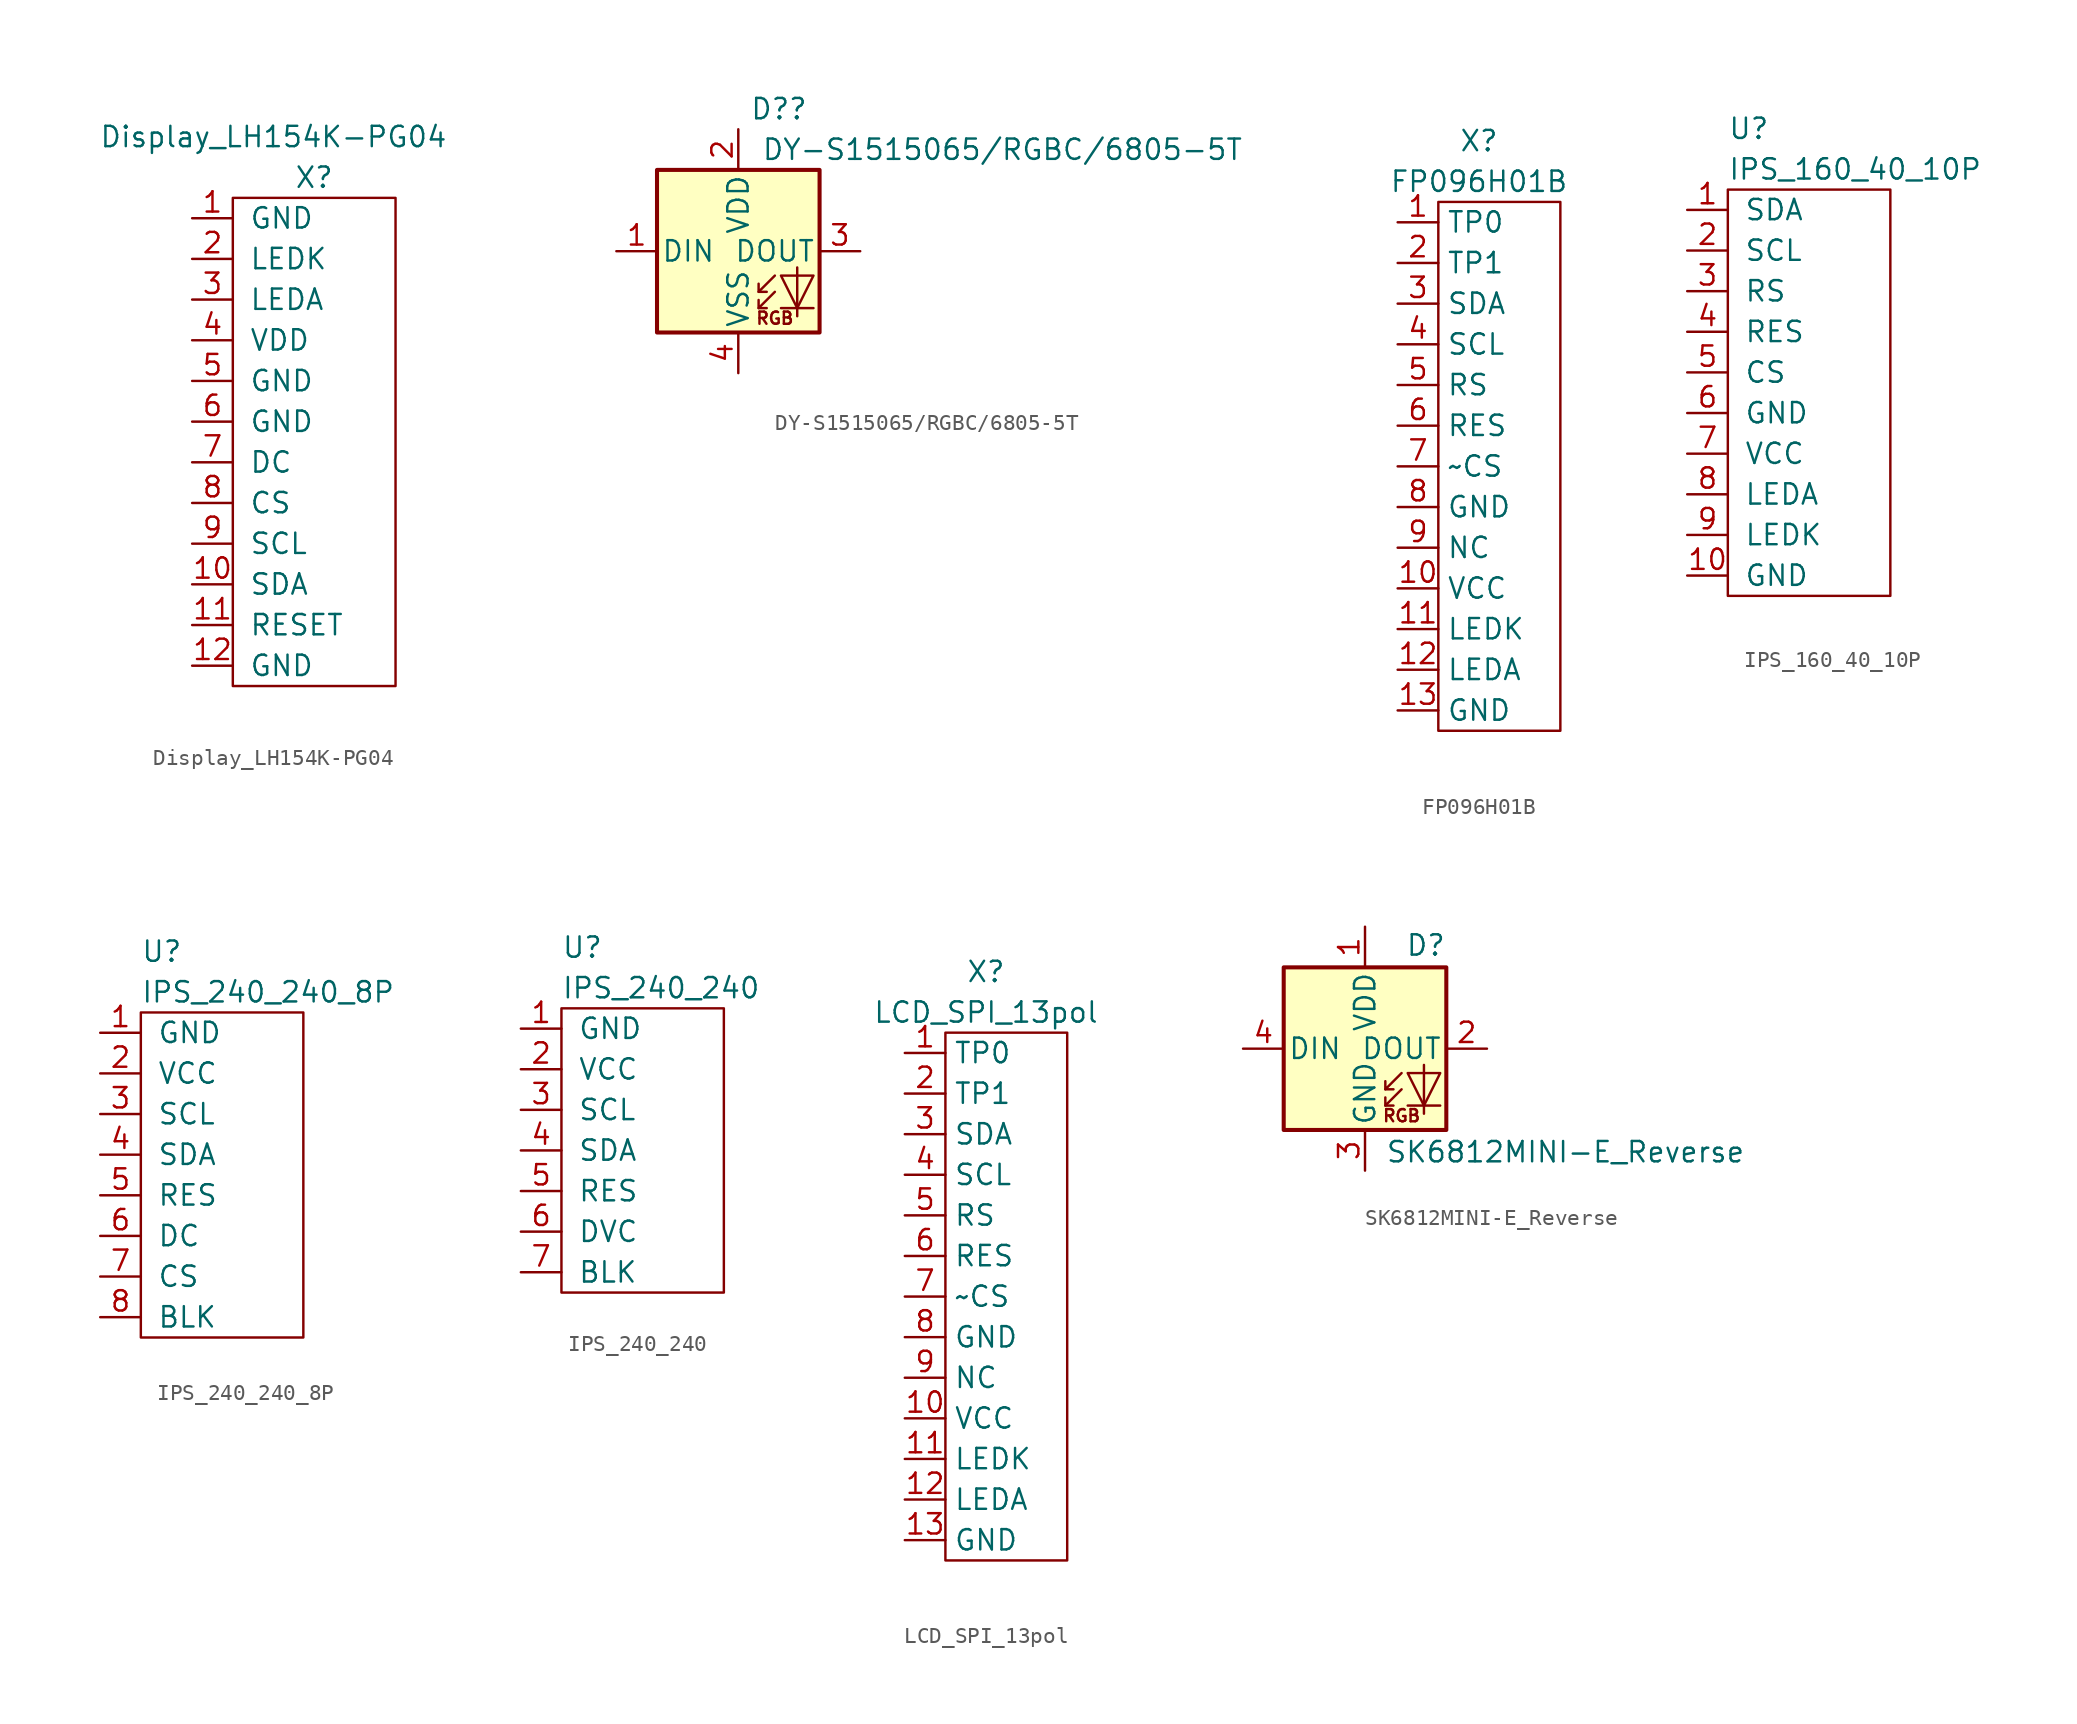
<source format=kicad_sym>
(kicad_symbol_lib
  (version 20231120)
  (generator "kicad_symbol_editor")
  (generator_version "8.0")
  (symbol "Display_LH154K-PG04"
    (pin_names
      (offset 1.016))
    (property "Reference" "X"
      (at 0 16.51 0)
      (effects (font (size 1.27 1.27))))
    (property "Value" "Display_LH154K-PG04"
      (at -2.54 19.05 0)
      (effects (font (size 1.27 1.27))))
    (symbol "Display_LH154K-PG04_0_1"
      (rectangle (start -5.08 15.24) (end 5.08 -15.24) (stroke (width 0) (type default)) (fill (type none))))
    (symbol "Display_LH154K-PG04_1_1"
      (pin power_in line (at -7.62 13.97 0) (length 2.54) (name "GND" (effects (font (size 1.27 1.27)))) (number "1" (effects (font (size 1.27 1.27)))))
      (pin input line (at -7.62 -8.89 0) (length 2.54) (name "SDA" (effects (font (size 1.27 1.27)))) (number "10" (effects (font (size 1.27 1.27)))))
      (pin input line (at -7.62 -11.43 0) (length 2.54) (name "RESET" (effects (font (size 1.27 1.27)))) (number "11" (effects (font (size 1.27 1.27)))))
      (pin power_in line (at -7.62 -13.97 0) (length 2.54) (name "GND" (effects (font (size 1.27 1.27)))) (number "12" (effects (font (size 1.27 1.27)))))
      (pin input line (at -7.62 11.43 0) (length 2.54) (name "LEDK" (effects (font (size 1.27 1.27)))) (number "2" (effects (font (size 1.27 1.27)))))
      (pin input line (at -7.62 8.89 0) (length 2.54) (name "LEDA" (effects (font (size 1.27 1.27)))) (number "3" (effects (font (size 1.27 1.27)))))
      (pin power_in line (at -7.62 6.35 0) (length 2.54) (name "VDD" (effects (font (size 1.27 1.27)))) (number "4" (effects (font (size 1.27 1.27)))))
      (pin power_in line (at -7.62 3.81 0) (length 2.54) (name "GND" (effects (font (size 1.27 1.27)))) (number "5" (effects (font (size 1.27 1.27)))))
      (pin power_in line (at -7.62 1.27 0) (length 2.54) (name "GND" (effects (font (size 1.27 1.27)))) (number "6" (effects (font (size 1.27 1.27)))))
      (pin input line (at -7.62 -1.27 0) (length 2.54) (name "DC" (effects (font (size 1.27 1.27)))) (number "7" (effects (font (size 1.27 1.27)))))
      (pin input line (at -7.62 -3.81 0) (length 2.54) (name "CS" (effects (font (size 1.27 1.27)))) (number "8" (effects (font (size 1.27 1.27)))))
      (pin input line (at -7.62 -6.35 0) (length 2.54) (name "SCL" (effects (font (size 1.27 1.27)))) (number "9" (effects (font (size 1.27 1.27)))))))
  (symbol "DY-S1515065/RGBC/6805-5T"
    (pin_names
      (offset 0.254))
    (property "Reference" "D?"
      (at 2.54 8.89 0)
      (effects (font (size 1.27 1.27))))
    (property "Value" "DY-S1515065{slash}RGBC{slash}6805-5T"
      (at 16.51 6.35 0)
      (effects (font (size 1.27 1.27))))
    (symbol "DY-S1515065/RGBC/6805-5T_0_0"
      (text "RGB" (at 2.286 -4.191 0) (effects (font (size 0.762 0.762)))))
    (symbol "DY-S1515065/RGBC/6805-5T_0_1"
      (polyline (pts (xy 1.27 -3.556) (xy 1.778 -3.556)) (stroke (width 0) (type default)) (fill (type none)))
      (polyline (pts (xy 1.27 -2.54) (xy 1.778 -2.54)) (stroke (width 0) (type default)) (fill (type none)))
      (polyline (pts (xy 4.699 -3.556) (xy 2.667 -3.556)) (stroke (width 0) (type default)) (fill (type none)))
      (polyline (pts (xy 2.286 -2.54) (xy 1.27 -3.556) (xy 1.27 -3.048)) (stroke (width 0) (type default)) (fill (type none)))
      (polyline (pts (xy 2.286 -1.524) (xy 1.27 -2.54) (xy 1.27 -2.032)) (stroke (width 0) (type default)) (fill (type none)))
      (polyline (pts (xy 3.683 -1.016) (xy 3.683 -3.556) (xy 3.683 -4.064)) (stroke (width 0) (type default)) (fill (type none)))
      (polyline (pts (xy 4.699 -1.524) (xy 2.667 -1.524) (xy 3.683 -3.556) (xy 4.699 -1.524)) (stroke (width 0) (type default)) (fill (type none)))
      (rectangle (start 5.08 5.08) (end -5.08 -5.08) (stroke (width 0.254) (type default)) (fill (type background))))
    (symbol "DY-S1515065/RGBC/6805-5T_1_1"
      (pin input line (at -7.62 0 0) (length 2.54) (name "DIN" (effects (font (size 1.27 1.27)))) (number "1" (effects (font (size 1.27 1.27)))))
      (pin power_in line (at 0 7.62 270) (length 2.54) (name "VDD" (effects (font (size 1.27 1.27)))) (number "2" (effects (font (size 1.27 1.27)))))
      (pin output line (at 7.62 0 180) (length 2.54) (name "DOUT" (effects (font (size 1.27 1.27)))) (number "3" (effects (font (size 1.27 1.27)))))
      (pin power_in line (at 0 -7.62 90) (length 2.54) (name "VSS" (effects (font (size 1.27 1.27)))) (number "4" (effects (font (size 1.27 1.27)))))))
  (symbol "FP096H01B"
    (property "Reference" "X"
      (at -1.27 20.32 0)
      (effects (font (size 1.27 1.27))))
    (property "Value" "FP096H01B"
      (at -1.27 17.78 0)
      (effects (font (size 1.27 1.27))))
    (symbol "FP096H01B_0_1"
      (rectangle (start -3.81 16.51) (end 3.81 -16.51) (stroke (width 0) (type default)) (fill (type none))))
    (symbol "FP096H01B_1_1"
      (pin input line (at -6.35 15.24 0) (length 2.54) (name "TP0" (effects (font (size 1.27 1.27)))) (number "1" (effects (font (size 1.27 1.27)))))
      (pin power_in line (at -6.35 -7.62 0) (length 2.54) (name "VCC" (effects (font (size 1.27 1.27)))) (number "10" (effects (font (size 1.27 1.27)))))
      (pin power_in line (at -6.35 -10.16 0) (length 2.54) (name "LEDK" (effects (font (size 1.27 1.27)))) (number "11" (effects (font (size 1.27 1.27)))))
      (pin power_in line (at -6.35 -12.7 0) (length 2.54) (name "LEDA" (effects (font (size 1.27 1.27)))) (number "12" (effects (font (size 1.27 1.27)))))
      (pin power_in line (at -6.35 -15.24 0) (length 2.54) (name "GND" (effects (font (size 1.27 1.27)))) (number "13" (effects (font (size 1.27 1.27)))))
      (pin input line (at -6.35 12.7 0) (length 2.54) (name "TP1" (effects (font (size 1.27 1.27)))) (number "2" (effects (font (size 1.27 1.27)))))
      (pin input line (at -6.35 10.16 0) (length 2.54) (name "SDA" (effects (font (size 1.27 1.27)))) (number "3" (effects (font (size 1.27 1.27)))))
      (pin input line (at -6.35 7.62 0) (length 2.54) (name "SCL" (effects (font (size 1.27 1.27)))) (number "4" (effects (font (size 1.27 1.27)))))
      (pin input line (at -6.35 5.08 0) (length 2.54) (name "RS" (effects (font (size 1.27 1.27)))) (number "5" (effects (font (size 1.27 1.27)))))
      (pin input line (at -6.35 2.54 0) (length 2.54) (name "RES" (effects (font (size 1.27 1.27)))) (number "6" (effects (font (size 1.27 1.27)))))
      (pin input line (at -6.35 0 0) (length 2.54) (name "~CS" (effects (font (size 1.27 1.27)))) (number "7" (effects (font (size 1.27 1.27)))))
      (pin power_in line (at -6.35 -2.54 0) (length 2.54) (name "GND" (effects (font (size 1.27 1.27)))) (number "8" (effects (font (size 1.27 1.27)))))
      (pin free line (at -6.35 -5.08 0) (length 2.54) (name "NC" (effects (font (size 1.27 1.27)))) (number "9" (effects (font (size 1.27 1.27)))))))
  (symbol "IPS_160_40_10P"
    (pin_names
      (offset 1.016))
    (property "Reference" "U"
      (at -5.08 16.51 0)
      (effects (font (size 1.27 1.27)) (justify left)))
    (property "Value" "IPS_160_40_10P"
      (at -5.08 13.97 0)
      (effects (font (size 1.27 1.27)) (justify left)))
    (symbol "IPS_160_40_10P_0_1"
      (rectangle (start -5.08 12.7) (end 5.08 -12.7) (stroke (width 0) (type default)) (fill (type none))))
    (symbol "IPS_160_40_10P_1_1"
      (pin input line (at -7.62 11.43 0) (length 2.54) (name "SDA" (effects (font (size 1.27 1.27)))) (number "1" (effects (font (size 1.27 1.27)))))
      (pin power_in line (at -7.62 -11.43 0) (length 2.54) (name "GND" (effects (font (size 1.27 1.27)))) (number "10" (effects (font (size 1.27 1.27)))))
      (pin input line (at -7.62 8.89 0) (length 2.54) (name "SCL" (effects (font (size 1.27 1.27)))) (number "2" (effects (font (size 1.27 1.27)))))
      (pin input line (at -7.62 6.35 0) (length 2.54) (name "RS" (effects (font (size 1.27 1.27)))) (number "3" (effects (font (size 1.27 1.27)))))
      (pin input line (at -7.62 3.81 0) (length 2.54) (name "RES" (effects (font (size 1.27 1.27)))) (number "4" (effects (font (size 1.27 1.27)))))
      (pin input line (at -7.62 1.27 0) (length 2.54) (name "CS" (effects (font (size 1.27 1.27)))) (number "5" (effects (font (size 1.27 1.27)))))
      (pin power_in line (at -7.62 -1.27 0) (length 2.54) (name "GND" (effects (font (size 1.27 1.27)))) (number "6" (effects (font (size 1.27 1.27)))))
      (pin power_in line (at -7.62 -3.81 0) (length 2.54) (name "VCC" (effects (font (size 1.27 1.27)))) (number "7" (effects (font (size 1.27 1.27)))))
      (pin passive line (at -7.62 -6.35 0) (length 2.54) (name "LEDA" (effects (font (size 1.27 1.27)))) (number "8" (effects (font (size 1.27 1.27)))))
      (pin passive line (at -7.62 -8.89 0) (length 2.54) (name "LEDK" (effects (font (size 1.27 1.27)))) (number "9" (effects (font (size 1.27 1.27)))))))
  (symbol "IPS_240_240_8P"
    (pin_names
      (offset 1.016))
    (property "Reference" "U"
      (at -5.08 7.62 0)
      (effects (font (size 1.27 1.27)) (justify left)))
    (property "Value" "IPS_240_240_8P"
      (at -5.08 5.08 0)
      (effects (font (size 1.27 1.27)) (justify left)))
    (symbol "IPS_240_240_8P_0_1"
      (rectangle (start -5.08 3.81) (end 5.08 -16.51) (stroke (width 0) (type default)) (fill (type none))))
    (symbol "IPS_240_240_8P_1_1"
      (pin power_in line (at -7.62 2.54 0) (length 2.54) (name "GND" (effects (font (size 1.27 1.27)))) (number "1" (effects (font (size 1.27 1.27)))))
      (pin power_in line (at -7.62 0 0) (length 2.54) (name "VCC" (effects (font (size 1.27 1.27)))) (number "2" (effects (font (size 1.27 1.27)))))
      (pin input line (at -7.62 -2.54 0) (length 2.54) (name "SCL" (effects (font (size 1.27 1.27)))) (number "3" (effects (font (size 1.27 1.27)))))
      (pin input line (at -7.62 -5.08 0) (length 2.54) (name "SDA" (effects (font (size 1.27 1.27)))) (number "4" (effects (font (size 1.27 1.27)))))
      (pin input line (at -7.62 -7.62 0) (length 2.54) (name "RES" (effects (font (size 1.27 1.27)))) (number "5" (effects (font (size 1.27 1.27)))))
      (pin input line (at -7.62 -10.16 0) (length 2.54) (name "DC" (effects (font (size 1.27 1.27)))) (number "6" (effects (font (size 1.27 1.27)))))
      (pin input line (at -7.62 -12.7 0) (length 2.54) (name "CS" (effects (font (size 1.27 1.27)))) (number "7" (effects (font (size 1.27 1.27)))))
      (pin input line (at -7.62 -15.24 0) (length 2.54) (name "BLK" (effects (font (size 1.27 1.27)))) (number "8" (effects (font (size 1.27 1.27)))))))
  (symbol "IPS_240_240"
    (pin_names
      (offset 1.016))
    (property "Reference" "U"
      (at -5.08 7.62 0)
      (effects (font (size 1.27 1.27)) (justify left)))
    (property "Value" "IPS_240_240"
      (at -5.08 5.08 0)
      (effects (font (size 1.27 1.27)) (justify left)))
    (symbol "IPS_240_240_0_1"
      (rectangle (start -5.08 3.81) (end 5.08 -13.97) (stroke (width 0) (type default)) (fill (type none))))
    (symbol "IPS_240_240_1_1"
      (pin power_in line (at -7.62 2.54 0) (length 2.54) (name "GND" (effects (font (size 1.27 1.27)))) (number "1" (effects (font (size 1.27 1.27)))))
      (pin power_in line (at -7.62 0 0) (length 2.54) (name "VCC" (effects (font (size 1.27 1.27)))) (number "2" (effects (font (size 1.27 1.27)))))
      (pin input line (at -7.62 -2.54 0) (length 2.54) (name "SCL" (effects (font (size 1.27 1.27)))) (number "3" (effects (font (size 1.27 1.27)))))
      (pin input line (at -7.62 -5.08 0) (length 2.54) (name "SDA" (effects (font (size 1.27 1.27)))) (number "4" (effects (font (size 1.27 1.27)))))
      (pin input line (at -7.62 -7.62 0) (length 2.54) (name "RES" (effects (font (size 1.27 1.27)))) (number "5" (effects (font (size 1.27 1.27)))))
      (pin input line (at -7.62 -10.16 0) (length 2.54) (name "DVC" (effects (font (size 1.27 1.27)))) (number "6" (effects (font (size 1.27 1.27)))))
      (pin input line (at -7.62 -12.7 0) (length 2.54) (name "BLK" (effects (font (size 1.27 1.27)))) (number "7" (effects (font (size 1.27 1.27)))))))
  (symbol "LCD_SPI_13pol"
    (property "Reference" "X"
      (at -1.27 20.32 0)
      (effects (font (size 1.27 1.27))))
    (property "Value" "LCD_SPI_13pol"
      (at -1.27 17.78 0)
      (effects (font (size 1.27 1.27))))
    (symbol "LCD_SPI_13pol_0_1"
      (rectangle (start -3.81 16.51) (end 3.81 -16.51) (stroke (width 0) (type default)) (fill (type none))))
    (symbol "LCD_SPI_13pol_1_1"
      (pin input line (at -6.35 15.24 0) (length 2.54) (name "TP0" (effects (font (size 1.27 1.27)))) (number "1" (effects (font (size 1.27 1.27)))))
      (pin power_in line (at -6.35 -7.62 0) (length 2.54) (name "VCC" (effects (font (size 1.27 1.27)))) (number "10" (effects (font (size 1.27 1.27)))))
      (pin power_in line (at -6.35 -10.16 0) (length 2.54) (name "LEDK" (effects (font (size 1.27 1.27)))) (number "11" (effects (font (size 1.27 1.27)))))
      (pin power_in line (at -6.35 -12.7 0) (length 2.54) (name "LEDA" (effects (font (size 1.27 1.27)))) (number "12" (effects (font (size 1.27 1.27)))))
      (pin power_in line (at -6.35 -15.24 0) (length 2.54) (name "GND" (effects (font (size 1.27 1.27)))) (number "13" (effects (font (size 1.27 1.27)))))
      (pin input line (at -6.35 12.7 0) (length 2.54) (name "TP1" (effects (font (size 1.27 1.27)))) (number "2" (effects (font (size 1.27 1.27)))))
      (pin input line (at -6.35 10.16 0) (length 2.54) (name "SDA" (effects (font (size 1.27 1.27)))) (number "3" (effects (font (size 1.27 1.27)))))
      (pin input line (at -6.35 7.62 0) (length 2.54) (name "SCL" (effects (font (size 1.27 1.27)))) (number "4" (effects (font (size 1.27 1.27)))))
      (pin input line (at -6.35 5.08 0) (length 2.54) (name "RS" (effects (font (size 1.27 1.27)))) (number "5" (effects (font (size 1.27 1.27)))))
      (pin input line (at -6.35 2.54 0) (length 2.54) (name "RES" (effects (font (size 1.27 1.27)))) (number "6" (effects (font (size 1.27 1.27)))))
      (pin input line (at -6.35 0 0) (length 2.54) (name "~CS" (effects (font (size 1.27 1.27)))) (number "7" (effects (font (size 1.27 1.27)))))
      (pin power_in line (at -6.35 -2.54 0) (length 2.54) (name "GND" (effects (font (size 1.27 1.27)))) (number "8" (effects (font (size 1.27 1.27)))))
      (pin free line (at -6.35 -5.08 0) (length 2.54) (name "NC" (effects (font (size 1.27 1.27)))) (number "9" (effects (font (size 1.27 1.27)))))))
  (symbol "SK6812MINI-E_Reverse"
    (pin_names
      (offset 0.254))
    (property "Reference" "D"
      (at 5.08 5.715 0)
      (effects (font (size 1.27 1.27)) (justify right bottom)))
    (property "Value" "SK6812MINI-E_Reverse"
      (at 1.27 -5.715 0)
      (effects (font (size 1.27 1.27)) (justify left top)))
    (symbol "SK6812MINI-E_Reverse_0_0"
      (text "RGB" (at 2.286 -4.191 0) (effects (font (size 0.762 0.762)))))
    (symbol "SK6812MINI-E_Reverse_0_1"
      (rectangle (start -5.08 5.08) (end 5.08 -5.08) (stroke (width 0.254) (type default)) (fill (type background)))
      (polyline (pts (xy 1.27 -3.556) (xy 1.778 -3.556)) (stroke (width 0) (type default)) (fill (type none)))
      (polyline (pts (xy 1.27 -2.54) (xy 1.778 -2.54)) (stroke (width 0) (type default)) (fill (type none)))
      (polyline (pts (xy 4.699 -3.556) (xy 2.667 -3.556)) (stroke (width 0) (type default)) (fill (type none)))
      (polyline (pts (xy 2.286 -2.54) (xy 1.27 -3.556) (xy 1.27 -3.048)) (stroke (width 0) (type default)) (fill (type none)))
      (polyline (pts (xy 2.286 -1.524) (xy 1.27 -2.54) (xy 1.27 -2.032)) (stroke (width 0) (type default)) (fill (type none)))
      (polyline (pts (xy 3.683 -1.016) (xy 3.683 -3.556) (xy 3.683 -4.064)) (stroke (width 0) (type default)) (fill (type none)))
      (polyline (pts (xy 4.699 -1.524) (xy 2.667 -1.524) (xy 3.683 -3.556) (xy 4.699 -1.524)) (stroke (width 0) (type default)) (fill (type none))))
    (symbol "SK6812MINI-E_Reverse_1_1"
      (pin power_in line (at 0 7.62 270) (length 2.54) (name "VDD" (effects (font (size 1.27 1.27)))) (number "1" (effects (font (size 1.27 1.27)))))
      (pin output line (at 7.62 0 180) (length 2.54) (name "DOUT" (effects (font (size 1.27 1.27)))) (number "2" (effects (font (size 1.27 1.27)))))
      (pin power_in line (at 0 -7.62 90) (length 2.54) (name "GND" (effects (font (size 1.27 1.27)))) (number "3" (effects (font (size 1.27 1.27)))))
      (pin input line (at -7.62 0 0) (length 2.54) (name "DIN" (effects (font (size 1.27 1.27)))) (number "4" (effects (font (size 1.27 1.27))))))))
</source>
